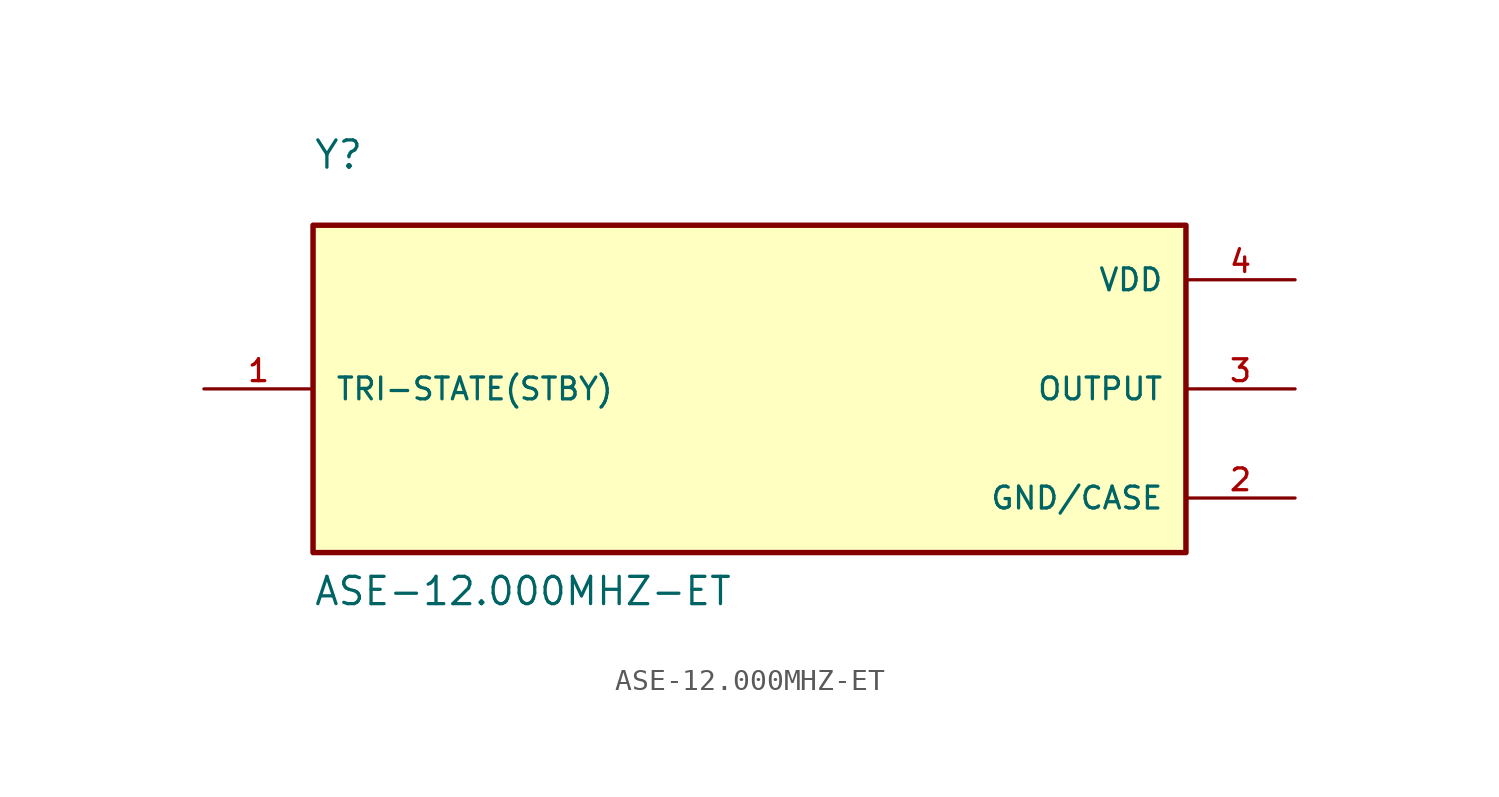
<source format=kicad_sym>
(kicad_symbol_lib
  (version 20211014)
  (generator kicad_symbol_editor)
  (symbol "ASE-12.000MHZ-ET"
    (pin_names
      (offset 1.016))
    (property "Reference" "Y"
      (at -20.32 10.16 0)
      (effects (font (size 1.27 1.27)) (justify bottom left)))
    (property "Value" "ASE-12.000MHZ-ET"
      (at -20.32 -10.16 0)
      (effects (font (size 1.27 1.27)) (justify bottom left)))
    (symbol "ASE-12.000MHZ-ET_0_0"
      (rectangle (start -20.32 -7.62) (end 20.32 7.62) (stroke (width 0.254)) (fill (type background)))
      (pin power_in line (at 25.4 5.08 180.0) (length 5.08) (name "VDD" (effects (font (size 1.016 1.016)))) (number "4" (effects (font (size 1.016 1.016)))))
      (pin passive line (at -25.4 0.0 0) (length 5.08) (name "TRI-STATE(STBY)" (effects (font (size 1.016 1.016)))) (number "1" (effects (font (size 1.016 1.016)))))
      (pin power_in line (at 25.4 -5.08 180.0) (length 5.08) (name "GND/CASE" (effects (font (size 1.016 1.016)))) (number "2" (effects (font (size 1.016 1.016)))))
      (pin output line (at 25.4 0.0 180.0) (length 5.08) (name "OUTPUT" (effects (font (size 1.016 1.016)))) (number "3" (effects (font (size 1.016 1.016))))))))
</source>
